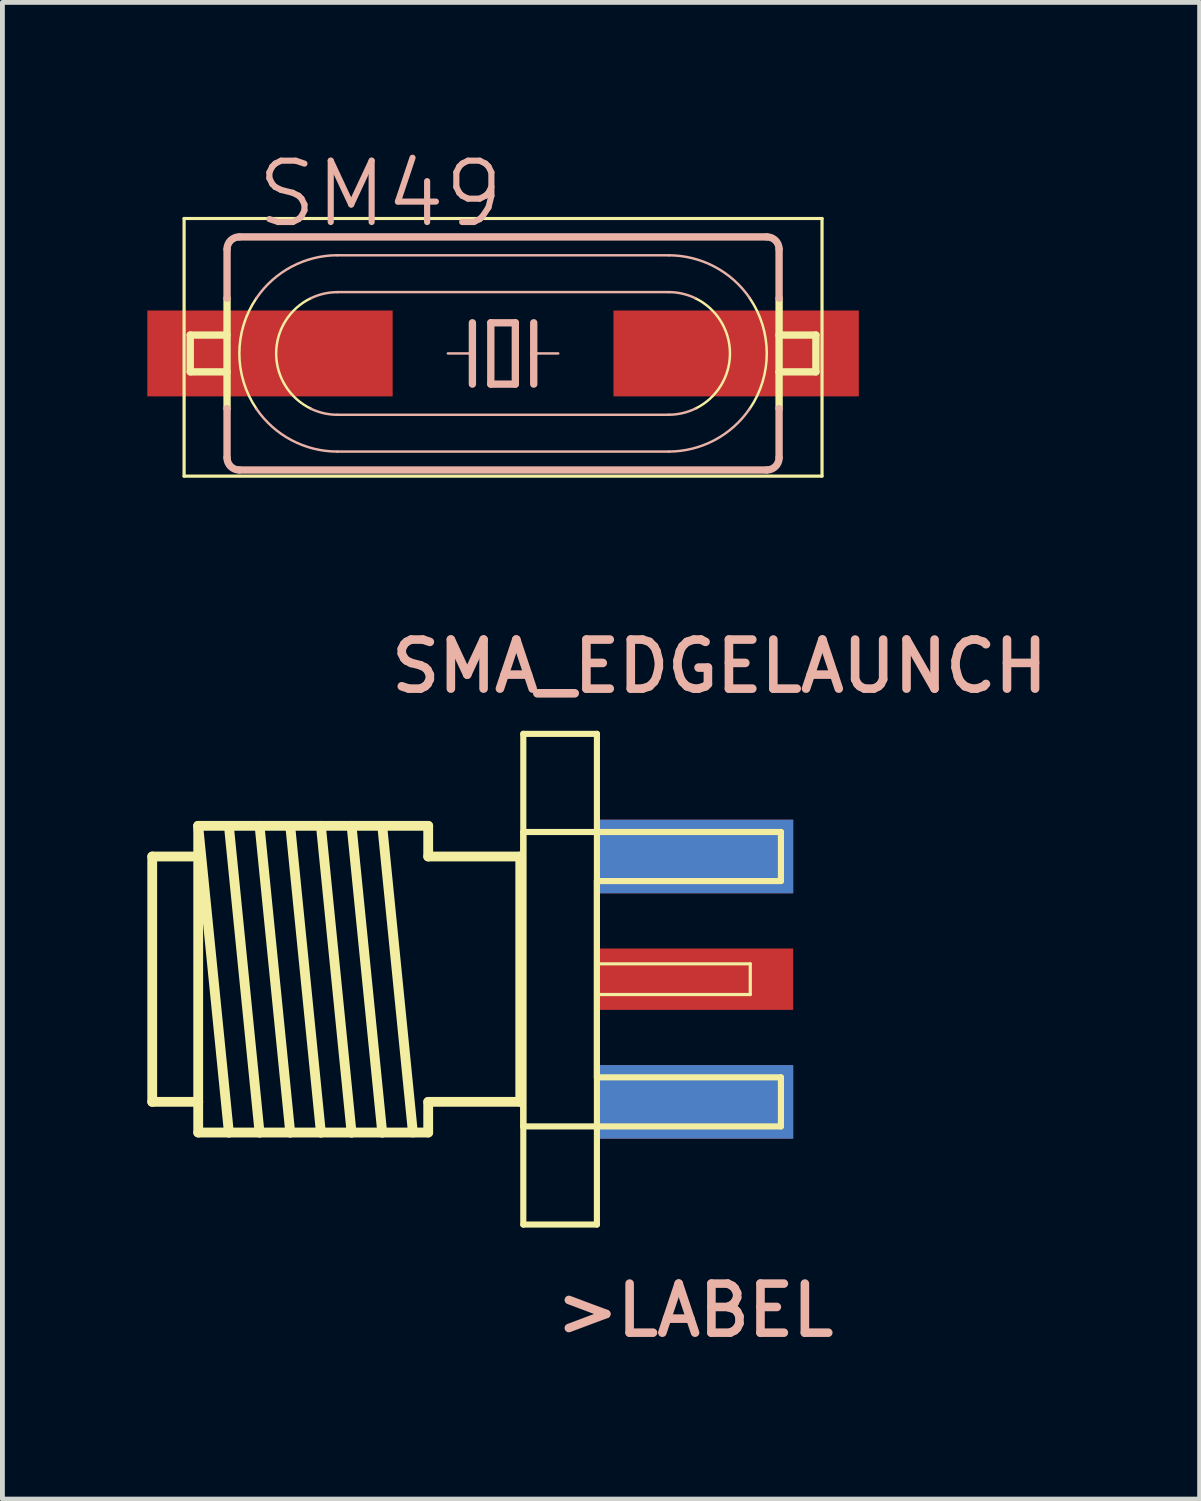
<source format=kicad_pcb>
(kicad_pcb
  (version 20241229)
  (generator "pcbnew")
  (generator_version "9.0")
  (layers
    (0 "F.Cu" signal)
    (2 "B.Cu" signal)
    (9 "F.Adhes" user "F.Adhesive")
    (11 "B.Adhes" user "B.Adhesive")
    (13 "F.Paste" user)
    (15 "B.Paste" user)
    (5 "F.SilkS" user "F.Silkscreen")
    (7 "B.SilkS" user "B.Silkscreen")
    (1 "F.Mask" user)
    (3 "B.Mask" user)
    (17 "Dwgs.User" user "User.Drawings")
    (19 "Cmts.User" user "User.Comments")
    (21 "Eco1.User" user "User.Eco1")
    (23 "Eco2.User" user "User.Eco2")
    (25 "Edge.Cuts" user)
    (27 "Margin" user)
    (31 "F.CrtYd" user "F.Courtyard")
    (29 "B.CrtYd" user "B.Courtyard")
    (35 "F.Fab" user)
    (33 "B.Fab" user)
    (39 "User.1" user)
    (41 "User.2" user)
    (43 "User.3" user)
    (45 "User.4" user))
  (footprint "SM49"
    (layer "F.Cu")
    (at 7.366 4.268)
    (property "Reference" "SM49" (at -2.54 -3.302 0) (layer "B.SilkS") (effects (font (size 1.27 1.27) (thickness 0.127))))
    (attr smd)
    (fp_line (start -6.604 -2.794) (end 6.604 -2.794) (stroke (width 0.066) (type solid)) (layer "F.SilkS"))
    (fp_line (start -6.604 2.54) (end -6.604 -2.794) (stroke (width 0.066) (type solid)) (layer "F.SilkS"))
    (fp_line (start -6.604 2.54) (end 6.604 2.54) (stroke (width 0.066) (type solid)) (layer "F.SilkS"))
    (fp_line (start -6.477 -0.381) (end -6.477 0.381) (stroke (width 0.152) (type solid)) (layer "F.SilkS"))
    (fp_line (start -5.715 -1.143) (end -5.715 1.143) (stroke (width 0.152) (type solid)) (layer "F.SilkS"))
    (fp_line (start -5.715 -0.381) (end -6.477 -0.381) (stroke (width 0.152) (type solid)) (layer "F.SilkS"))
    (fp_line (start -5.715 0.381) (end -6.477 0.381) (stroke (width 0.152) (type solid)) (layer "F.SilkS"))
    (fp_line (start 5.715 -1.143) (end 5.715 -0.381) (stroke (width 0.152) (type solid)) (layer "F.SilkS"))
    (fp_line (start 5.715 -0.381) (end 5.715 0.381) (stroke (width 0.152) (type solid)) (layer "F.SilkS"))
    (fp_line (start 5.715 -0.381) (end 6.477 -0.381) (stroke (width 0.152) (type solid)) (layer "F.SilkS"))
    (fp_line (start 5.715 0.381) (end 5.715 1.143) (stroke (width 0.152) (type solid)) (layer "F.SilkS"))
    (fp_line (start 5.715 0.381) (end 6.477 0.381) (stroke (width 0.152) (type solid)) (layer "F.SilkS"))
    (fp_line (start 6.477 -0.381) (end 6.477 0.381) (stroke (width 0.152) (type solid)) (layer "F.SilkS"))
    (fp_line (start 6.604 2.54) (end 6.604 -2.794) (stroke (width 0.066) (type solid)) (layer "F.SilkS"))
    (fp_arc (start -5.10794 1.143) (mid -5.46008 0.001649) (end -5.109794 -1.140273) (stroke (width 0.0508) (type solid)) (layer "F.SilkS"))
    (fp_arc (start -3.98018 1.143) (mid -4.697953 0.002339) (end -3.98439 -1.14096) (stroke (width 0.0508) (type solid)) (layer "F.SilkS"))
    (fp_arc (start 3.98018 -1.143) (mid 4.697953 -0.002339) (end 3.98439 1.14096) (stroke (width 0.0508) (type solid)) (layer "F.SilkS"))
    (fp_arc (start 5.10794 -1.143) (mid 5.46008 -0.001649) (end 5.109794 1.140273) (stroke (width 0.0508) (type solid)) (layer "F.SilkS"))
    (fp_line (start -5.715 -2.159) (end -5.715 -1.143) (stroke (width 0.152) (type solid)) (layer "B.SilkS"))
    (fp_line (start -5.715 1.143) (end -5.715 2.159) (stroke (width 0.152) (type solid)) (layer "B.SilkS"))
    (fp_line (start -5.461 -2.413) (end 5.461 -2.413) (stroke (width 0.152) (type solid)) (layer "B.SilkS"))
    (fp_line (start -5.461 2.413) (end 5.461 2.413) (stroke (width 0.152) (type solid)) (layer "B.SilkS"))
    (fp_line (start -3.429 -2.032) (end 3.429 -2.032) (stroke (width 0.051) (type solid)) (layer "B.SilkS"))
    (fp_line (start -3.429 -1.27) (end 3.429 -1.27) (stroke (width 0.051) (type solid)) (layer "B.SilkS"))
    (fp_line (start -0.635 -0.635) (end -0.635 0) (stroke (width 0.152) (type solid)) (layer "B.SilkS"))
    (fp_line (start -0.635 0) (end -1.143 0) (stroke (width 0.051) (type solid)) (layer "B.SilkS"))
    (fp_line (start -0.635 0) (end -0.635 0.635) (stroke (width 0.152) (type solid)) (layer "B.SilkS"))
    (fp_line (start -0.254 -0.635) (end -0.254 0.635) (stroke (width 0.152) (type solid)) (layer "B.SilkS"))
    (fp_line (start -0.254 0.635) (end 0.254 0.635) (stroke (width 0.152) (type solid)) (layer "B.SilkS"))
    (fp_line (start 0.254 -0.635) (end -0.254 -0.635) (stroke (width 0.152) (type solid)) (layer "B.SilkS"))
    (fp_line (start 0.254 0.635) (end 0.254 -0.635) (stroke (width 0.152) (type solid)) (layer "B.SilkS"))
    (fp_line (start 0.635 -0.635) (end 0.635 0) (stroke (width 0.152) (type solid)) (layer "B.SilkS"))
    (fp_line (start 0.635 0) (end 0.635 0.635) (stroke (width 0.152) (type solid)) (layer "B.SilkS"))
    (fp_line (start 0.635 0) (end 1.143 0) (stroke (width 0.051) (type solid)) (layer "B.SilkS"))
    (fp_line (start 3.429 1.27) (end -3.429 1.27) (stroke (width 0.051) (type solid)) (layer "B.SilkS"))
    (fp_line (start 3.429 2.032) (end -3.429 2.032) (stroke (width 0.051) (type solid)) (layer "B.SilkS"))
    (fp_line (start 5.715 -2.159) (end 5.715 -1.143) (stroke (width 0.152) (type solid)) (layer "B.SilkS"))
    (fp_line (start 5.715 1.143) (end 5.715 2.159) (stroke (width 0.152) (type solid)) (layer "B.SilkS"))
    (fp_arc (start -5.715 -2.159) (mid -5.640605 -2.338605) (end -5.461 -2.413) (stroke (width 0.1524) (type solid)) (layer "B.SilkS"))
    (fp_arc (start -5.461 2.413) (mid -5.640605 2.338605) (end -5.715 2.159) (stroke (width 0.1524) (type solid)) (layer "B.SilkS"))
    (fp_arc (start -5.10794 -1.143) (mid -4.379218 -1.796128) (end -3.429787 -2.033178) (stroke (width 0.0508) (type solid)) (layer "B.SilkS"))
    (fp_arc (start -3.98018 -1.143) (mid -3.711094 -1.237203) (end -3.427769 -1.268955) (stroke (width 0.0508) (type solid)) (layer "B.SilkS"))
    (fp_arc (start -3.429 1.27) (mid -3.712527 1.237947) (end -3.981743 1.143405) (stroke (width 0.0508) (type solid)) (layer "B.SilkS"))
    (fp_arc (start -3.429 2.032) (mid -4.378266 1.796641) (end -5.107632 1.145085) (stroke (width 0.0508) (type solid)) (layer "B.SilkS"))
    (fp_arc (start 3.429 -2.032) (mid 4.378266 -1.796641) (end 5.107632 -1.145085) (stroke (width 0.0508) (type solid)) (layer "B.SilkS"))
    (fp_arc (start 3.429 -1.27) (mid 3.712527 -1.237947) (end 3.981743 -1.143405) (stroke (width 0.0508) (type solid)) (layer "B.SilkS"))
    (fp_arc (start 3.98018 1.143) (mid 3.711094 1.237203) (end 3.427769 1.268955) (stroke (width 0.0508) (type solid)) (layer "B.SilkS"))
    (fp_arc (start 5.10794 1.14046) (mid 4.380405 1.793882) (end 3.431886 2.031747) (stroke (width 0.0508) (type solid)) (layer "B.SilkS"))
    (fp_arc (start 5.461 -2.413) (mid 5.640605 -2.338605) (end 5.715 -2.159) (stroke (width 0.1524) (type solid)) (layer "B.SilkS"))
    (fp_arc (start 5.715 2.159) (mid 5.640605 2.338605) (end 5.461 2.413) (stroke (width 0.1524) (type solid)) (layer "B.SilkS"))
    (pad "1" smd rect (at -4.826 0) (size 5.08 1.778) (layers "F.Cu" "F.Mask" "F.Paste"))
    (pad "2" smd rect (at 4.826 0) (size 5.08 1.778) (layers "F.Cu" "F.Mask" "F.Paste")))
  (footprint "SMA_EDGELAUNCH"
    (layer "F.Cu")
    (at 9.309 17.224)
    (property "Reference" "SMA_EDGELAUNCH" (at 2.54 -6.477 180) (layer "B.SilkS") (effects (font (size 1.016 1.016) (thickness 0.178))))
    (attr smd)
    (fp_line (start -9.207 -2.54) (end -8.255 -2.54) (stroke (width 0.203) (type solid)) (layer "F.SilkS"))
    (fp_line (start -9.207 2.54) (end -9.207 -2.54) (stroke (width 0.203) (type solid)) (layer "F.SilkS"))
    (fp_line (start -8.255 -3.175) (end -7.62 -3.175) (stroke (width 0.203) (type solid)) (layer "F.SilkS"))
    (fp_line (start -8.255 -3.175) (end -7.62 3.175) (stroke (width 0.203) (type solid)) (layer "F.SilkS"))
    (fp_line (start -8.255 -2.54) (end -8.255 -3.175) (stroke (width 0.203) (type solid)) (layer "F.SilkS"))
    (fp_line (start -8.255 -2.54) (end -8.255 2.54) (stroke (width 0.203) (type solid)) (layer "F.SilkS"))
    (fp_line (start -8.255 2.54) (end -9.207 2.54) (stroke (width 0.203) (type solid)) (layer "F.SilkS"))
    (fp_line (start -8.255 3.175) (end -8.255 2.54) (stroke (width 0.203) (type solid)) (layer "F.SilkS"))
    (fp_line (start -7.62 -3.175) (end -6.985 -3.175) (stroke (width 0.203) (type solid)) (layer "F.SilkS"))
    (fp_line (start -7.62 -3.175) (end -6.985 3.175) (stroke (width 0.203) (type solid)) (layer "F.SilkS"))
    (fp_line (start -7.62 3.175) (end -8.255 3.175) (stroke (width 0.203) (type solid)) (layer "F.SilkS"))
    (fp_line (start -6.985 -3.175) (end -6.35 -3.175) (stroke (width 0.203) (type solid)) (layer "F.SilkS"))
    (fp_line (start -6.985 -3.175) (end -6.35 3.175) (stroke (width 0.203) (type solid)) (layer "F.SilkS"))
    (fp_line (start -6.985 3.175) (end -7.62 3.175) (stroke (width 0.203) (type solid)) (layer "F.SilkS"))
    (fp_line (start -6.35 -3.175) (end -5.715 -3.175) (stroke (width 0.203) (type solid)) (layer "F.SilkS"))
    (fp_line (start -6.35 -3.175) (end -5.715 3.175) (stroke (width 0.203) (type solid)) (layer "F.SilkS"))
    (fp_line (start -6.35 3.175) (end -6.985 3.175) (stroke (width 0.203) (type solid)) (layer "F.SilkS"))
    (fp_line (start -5.715 -3.175) (end -5.08 -3.175) (stroke (width 0.203) (type solid)) (layer "F.SilkS"))
    (fp_line (start -5.715 -3.175) (end -5.08 3.175) (stroke (width 0.203) (type solid)) (layer "F.SilkS"))
    (fp_line (start -5.715 3.175) (end -6.35 3.175) (stroke (width 0.203) (type solid)) (layer "F.SilkS"))
    (fp_line (start -5.08 -3.175) (end -4.445 -3.175) (stroke (width 0.203) (type solid)) (layer "F.SilkS"))
    (fp_line (start -5.08 -3.175) (end -4.445 3.175) (stroke (width 0.203) (type solid)) (layer "F.SilkS"))
    (fp_line (start -5.08 3.175) (end -5.715 3.175) (stroke (width 0.203) (type solid)) (layer "F.SilkS"))
    (fp_line (start -4.445 -3.175) (end -3.81 3.175) (stroke (width 0.203) (type solid)) (layer "F.SilkS"))
    (fp_line (start -4.445 -3.175) (end -3.493 -3.175) (stroke (width 0.203) (type solid)) (layer "F.SilkS"))
    (fp_line (start -4.445 3.175) (end -5.08 3.175) (stroke (width 0.203) (type solid)) (layer "F.SilkS"))
    (fp_line (start -3.493 -3.175) (end -3.493 -2.54) (stroke (width 0.203) (type solid)) (layer "F.SilkS"))
    (fp_line (start -3.493 -2.54) (end -1.587 -2.54) (stroke (width 0.203) (type solid)) (layer "F.SilkS"))
    (fp_line (start -3.493 2.54) (end -3.493 3.175) (stroke (width 0.203) (type solid)) (layer "F.SilkS"))
    (fp_line (start -3.493 3.175) (end -4.445 3.175) (stroke (width 0.203) (type solid)) (layer "F.SilkS"))
    (fp_line (start -1.587 -2.54) (end -1.587 2.54) (stroke (width 0.203) (type solid)) (layer "F.SilkS"))
    (fp_line (start -1.587 2.54) (end -3.493 2.54) (stroke (width 0.203) (type solid)) (layer "F.SilkS"))
    (fp_line (start -1.524 -5.08) (end 0 -5.08) (stroke (width 0.127) (type solid)) (layer "F.SilkS"))
    (fp_line (start -1.524 -3.048) (end 3.81 -3.048) (stroke (width 0.127) (type solid)) (layer "F.SilkS"))
    (fp_line (start -1.524 3.048) (end -1.524 -3.048) (stroke (width 0.127) (type solid)) (layer "F.SilkS"))
    (fp_line (start -1.524 5.08) (end -1.524 -5.08) (stroke (width 0.127) (type solid)) (layer "F.SilkS"))
    (fp_line (start 0 -5.08) (end 0 5.08) (stroke (width 0.127) (type solid)) (layer "F.SilkS"))
    (fp_line (start 0 -2.032) (end 0 2.032) (stroke (width 0.127) (type solid)) (layer "F.SilkS"))
    (fp_line (start 0 -0.318) (end 3.175 -0.318) (stroke (width 0.066) (type solid)) (layer "F.SilkS"))
    (fp_line (start 0 0.318) (end 0 -0.318) (stroke (width 0.066) (type solid)) (layer "F.SilkS"))
    (fp_line (start 0 0.318) (end 3.175 0.318) (stroke (width 0.066) (type solid)) (layer "F.SilkS"))
    (fp_line (start 0 2.032) (end 3.81 2.032) (stroke (width 0.127) (type solid)) (layer "F.SilkS"))
    (fp_line (start 0 5.08) (end -1.524 5.08) (stroke (width 0.127) (type solid)) (layer "F.SilkS"))
    (fp_line (start 3.175 0.318) (end 3.175 -0.318) (stroke (width 0.066) (type solid)) (layer "F.SilkS"))
    (fp_line (start 3.81 -3.048) (end 3.81 -2.032) (stroke (width 0.127) (type solid)) (layer "F.SilkS"))
    (fp_line (start 3.81 -2.032) (end 0 -2.032) (stroke (width 0.127) (type solid)) (layer "F.SilkS"))
    (fp_line (start 3.81 2.032) (end 3.81 3.048) (stroke (width 0.127) (type solid)) (layer "F.SilkS"))
    (fp_line (start 3.81 3.048) (end -1.524 3.048) (stroke (width 0.127) (type solid)) (layer "F.SilkS"))
    (fp_text user ">LABEL" (at 2.032 6.858 180) (layer "B.SilkS") (effects (font (size 1.016 1.016) (thickness 0.178))))
    (pad "GND@" smd rect (at 2.032 -2.54 90) (size 1.524 4.064) (layers "F.Cu" "F.Mask" "F.Paste"))
    (pad "GND@" smd rect (at 2.032 -2.54 90) (size 1.524 4.064) (layers "B.Cu" "B.Mask"))
    (pad "GND@" smd rect (at 2.032 2.54 90) (size 1.524 4.064) (layers "F.Cu" "F.Mask" "F.Paste"))
    (pad "GND@" smd rect (at 2.032 2.54 90) (size 1.524 4.064) (layers "B.Cu" "B.Mask"))
    (pad "P" smd rect (at 2.032 0 90) (size 1.27 4.064) (layers "F.Cu" "F.Mask" "F.Paste")))
  (gr_rect
    (start -3 -3)
    (end 21.788 27.989)
    (stroke (width 0.1) (type default))
    (fill no)
    (layer "Edge.Cuts")))
</source>
